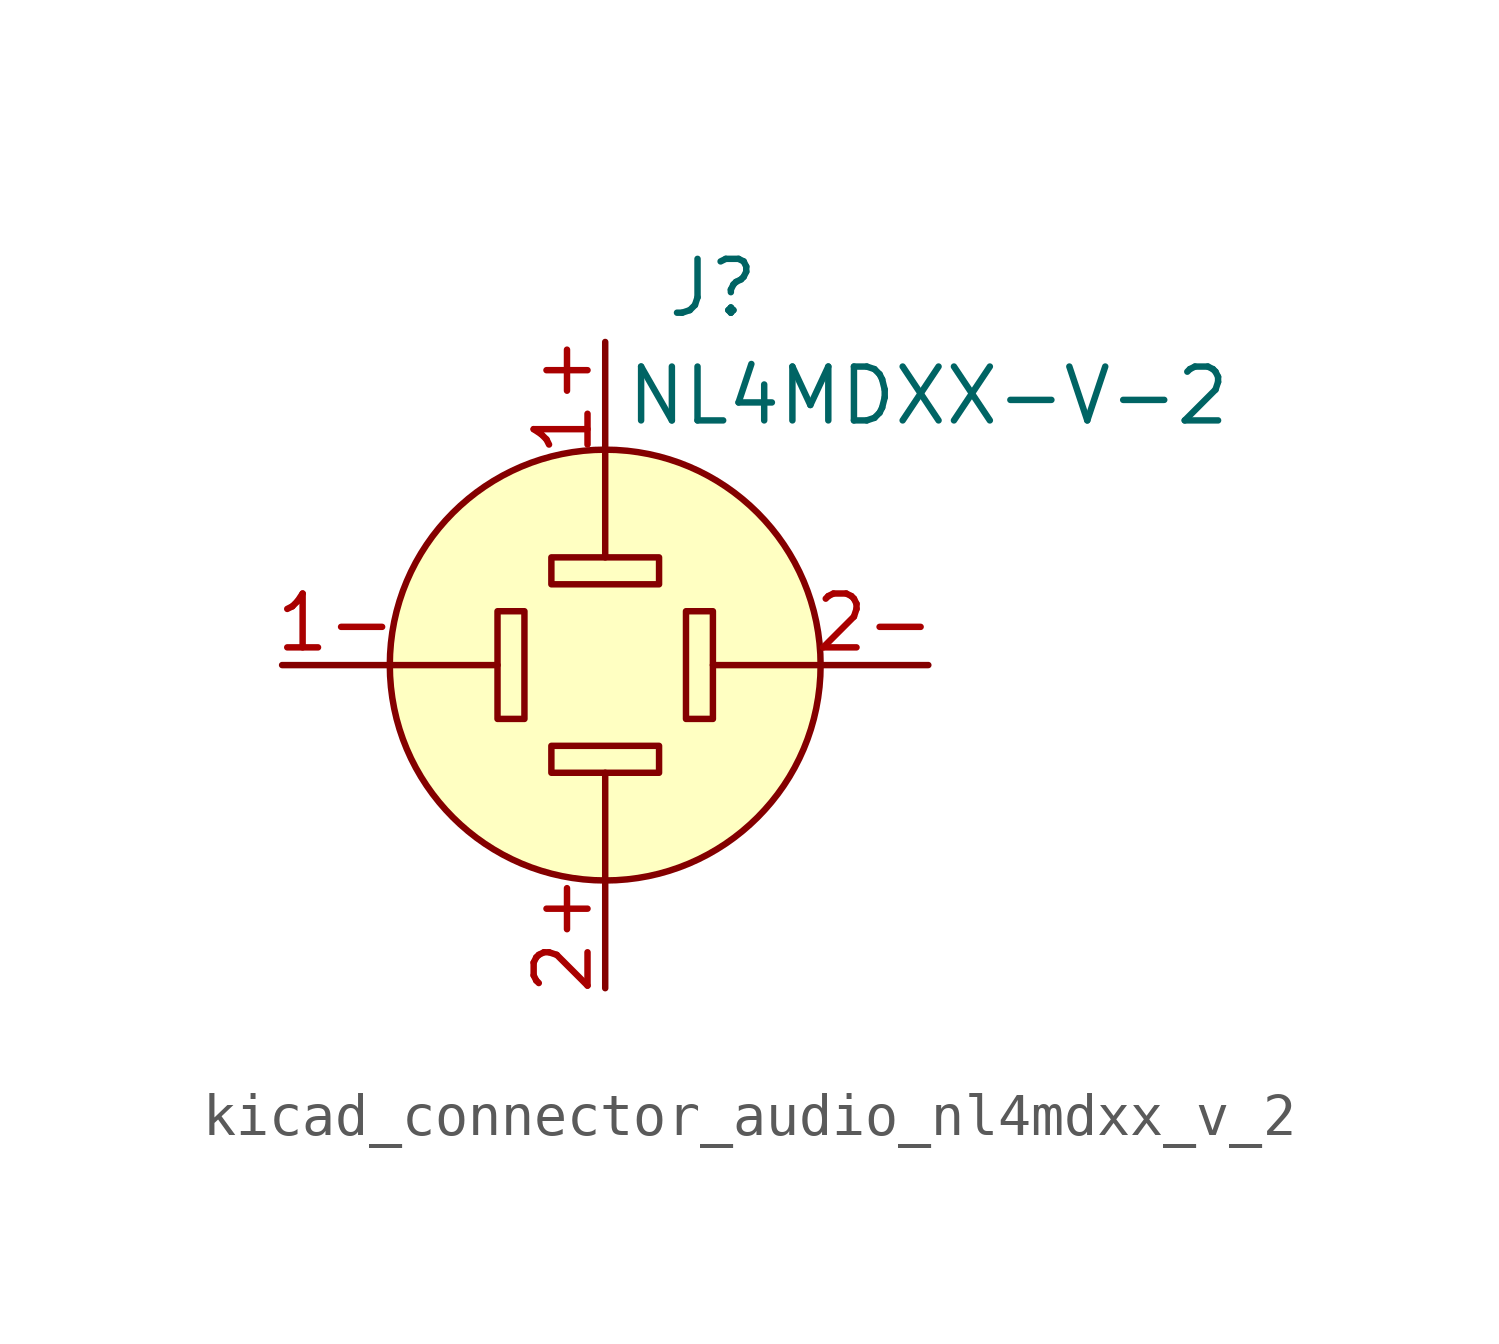
<source format=kicad_sym>
(kicad_symbol_lib
  (version 20220914)
  (generator kicad_symbol_editor)
  (symbol "kicad_connector_audio_nl4mdxx_v_2"
    (pin_names hide)
    (property "Reference" "J"
      (at 2.54 8.89 0)
      (effects (font (size 1.27 1.27))))
    (property "Value" "NL4MDXX-V-2"
      (at 7.62 6.35 0)
      (effects (font (size 1.27 1.27))))
    (symbol "kicad_connector_audio_nl4mdxx_v_2_0_1"
      (rectangle (start -2.54 1.27) (end -1.905 -1.27) (stroke (width 0) (type default)) (fill (type none)))
      (rectangle (start -1.27 -2.54) (end 1.27 -1.905) (stroke (width 0) (type default)) (fill (type none)))
      (rectangle (start -1.27 2.54) (end 1.27 1.905) (stroke (width 0) (type default)) (fill (type none)))
      (polyline (pts (xy -5.08 0) (xy -2.54 0)) (stroke (width 0) (type default)) (fill (type none)))
      (polyline (pts (xy 0 -5.08) (xy 0 -2.54)) (stroke (width 0) (type default)) (fill (type none)))
      (polyline (pts (xy 0 5.08) (xy 0 2.54)) (stroke (width 0) (type default)) (fill (type none)))
      (polyline (pts (xy 5.08 0) (xy 2.54 0)) (stroke (width 0) (type default)) (fill (type none)))
      (circle (center 0 0) (radius 5.08) (stroke (width 0) (type default)) (fill (type background)))
      (rectangle (start 2.54 1.27) (end 1.905 -1.27) (stroke (width 0) (type default)) (fill (type none)))
      (pin passive line (at -7.62 0 0) (length 2.54) (name "1-" (effects (font (size 1.27 1.27)))) (number "1-" (effects (font (size 1.27 1.27)))))
      (pin passive line (at 0 -7.62 90) (length 2.54) (name "2+" (effects (font (size 1.27 1.27)))) (number "2+" (effects (font (size 1.27 1.27)))))
      (pin passive line (at 7.62 0 180) (length 2.54) (name "2-" (effects (font (size 1.27 1.27)))) (number "2-" (effects (font (size 1.27 1.27))))))
    (symbol "kicad_connector_audio_nl4mdxx_v_2_1_1"
      (pin passive line (at 0 7.62 270) (length 2.54) (name "1+" (effects (font (size 1.27 1.27)))) (number "1+" (effects (font (size 1.27 1.27))))))))
</source>
